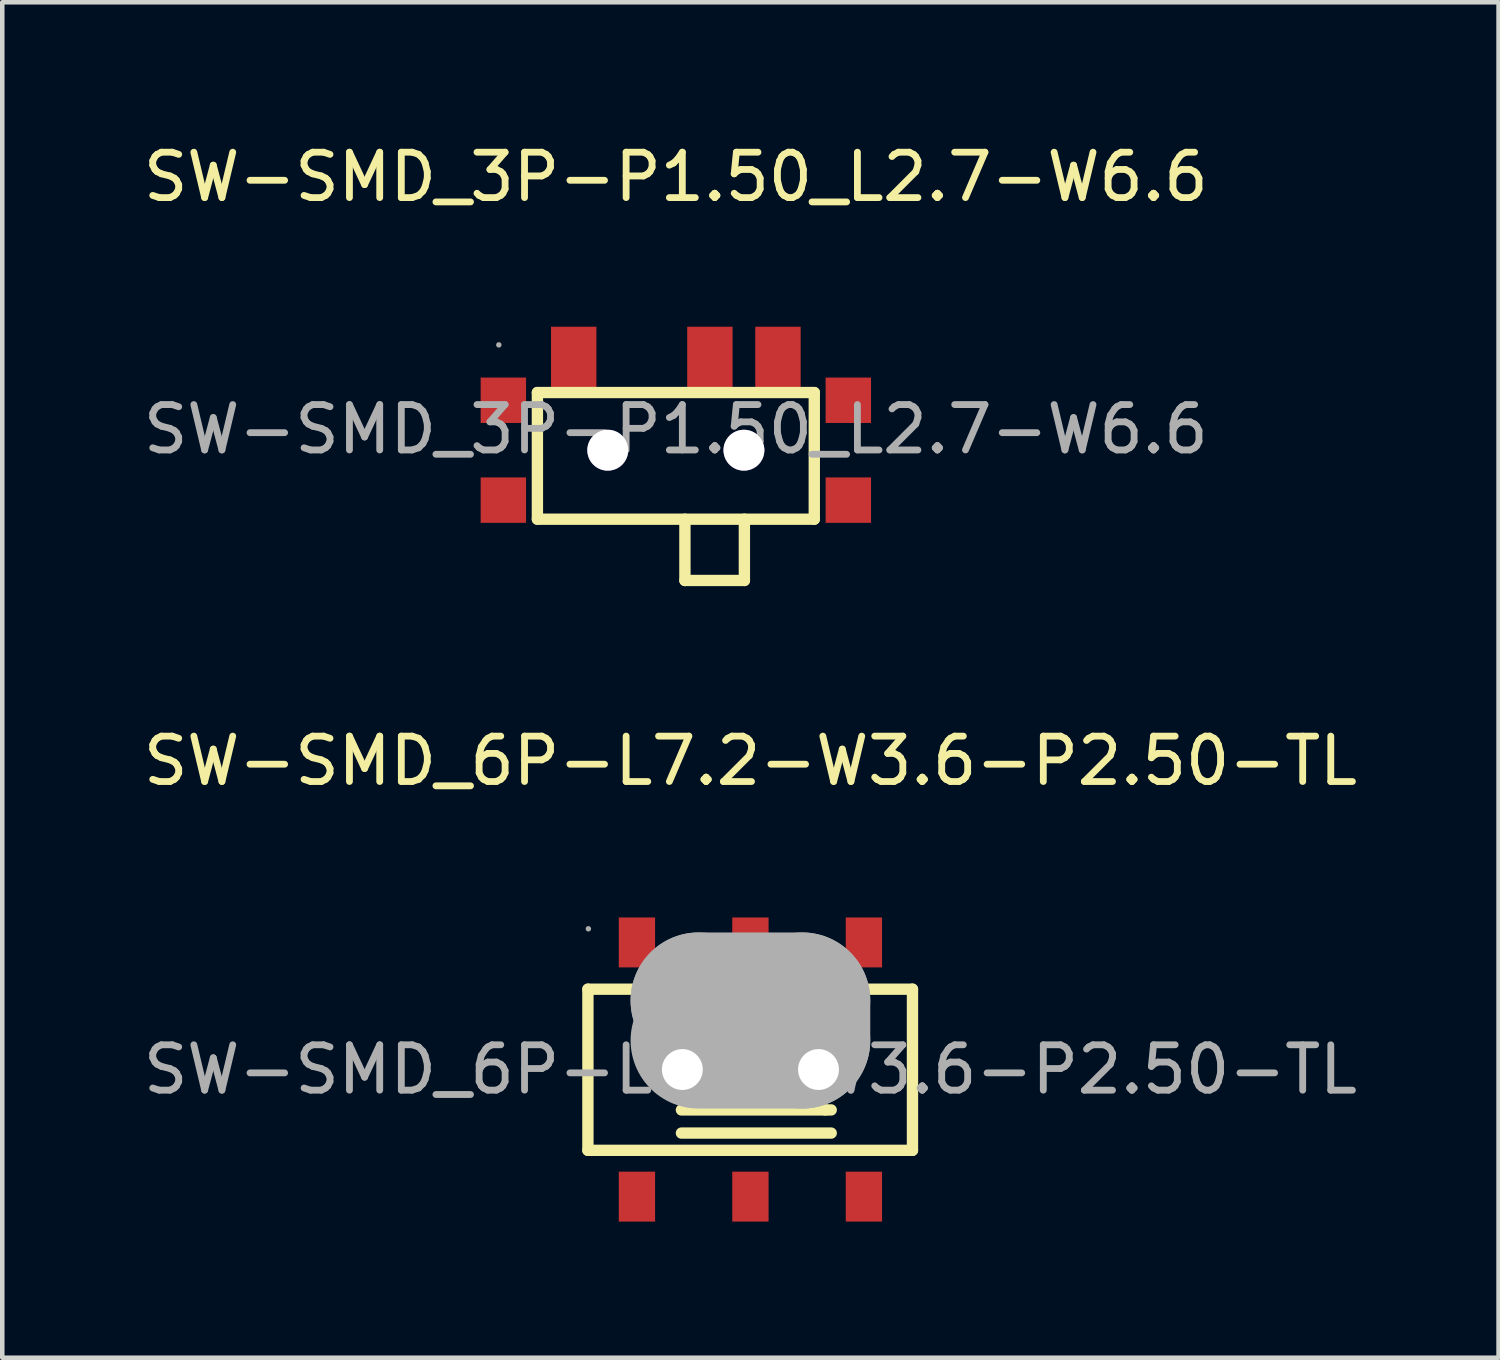
<source format=kicad_pcb>
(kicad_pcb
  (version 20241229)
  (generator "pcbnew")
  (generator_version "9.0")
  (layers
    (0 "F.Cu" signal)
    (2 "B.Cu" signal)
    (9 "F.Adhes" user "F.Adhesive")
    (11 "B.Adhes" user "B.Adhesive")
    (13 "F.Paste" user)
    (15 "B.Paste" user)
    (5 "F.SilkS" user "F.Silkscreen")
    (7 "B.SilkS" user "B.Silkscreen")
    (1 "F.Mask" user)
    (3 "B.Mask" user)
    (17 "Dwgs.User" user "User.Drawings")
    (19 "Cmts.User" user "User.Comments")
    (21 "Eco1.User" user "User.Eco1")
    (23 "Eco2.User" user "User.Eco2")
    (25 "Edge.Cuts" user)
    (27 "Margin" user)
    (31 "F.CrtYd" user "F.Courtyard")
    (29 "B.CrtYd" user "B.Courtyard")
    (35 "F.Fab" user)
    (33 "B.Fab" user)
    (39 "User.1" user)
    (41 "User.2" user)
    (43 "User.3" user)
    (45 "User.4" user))
  (footprint "SW-SMD_6P-L7.2-W3.6-P2.50-TL"
    (layer "F.Cu")
    (at 13.482 20.512)
    (property "Reference" "SW-SMD_6P-L7.2-W3.6-P2.50-TL" (at 0 -6.8 0) (layer "F.SilkS") (effects (font (size 1 1) (thickness 0.15))))
    (attr smd)
    (fp_line (start -3.58 -1.77) (end -3.58 1.78) (stroke (width 0.25) (type solid)) (layer "F.SilkS"))
    (fp_line (start -3.58 -1.77) (end 3.57 -1.77) (stroke (width 0.25) (type solid)) (layer "F.SilkS"))
    (fp_line (start -3.58 1.78) (end 3.57 1.78) (stroke (width 0.25) (type solid)) (layer "F.SilkS"))
    (fp_line (start 1.65 0.89) (end -1.52 0.89) (stroke (width 0.25) (type solid)) (layer "F.SilkS"))
    (fp_line (start 1.65 0.89) (end 1.78 0.89) (stroke (width 0.25) (type solid)) (layer "F.SilkS"))
    (fp_line (start 1.78 1.4) (end -1.52 1.4) (stroke (width 0.25) (type solid)) (layer "F.SilkS"))
    (fp_line (start 3.57 -1.77) (end 3.57 1.78) (stroke (width 0.25) (type solid)) (layer "F.SilkS"))
    (fp_circle (center -1.5 0) (end -1.31 0) (stroke (width 0.38) (type solid)) (fill no) (layer "Cmts.User"))
    (fp_circle (center 1.5 0) (end 1.69 0) (stroke (width 0.38) (type solid)) (fill no) (layer "Cmts.User"))
    (fp_line (start -1.14 -1.52) (end -1.14 -1.52) (stroke (width 3) (type solid)) (layer "F.Fab"))
    (fp_line (start -1.14 -1.52) (end 1.14 -1.52) (stroke (width 3) (type solid)) (layer "F.Fab"))
    (fp_line (start 1.14 -1.52) (end 1.14 -0.64) (stroke (width 3) (type solid)) (layer "F.Fab"))
    (fp_line (start 1.14 -0.64) (end -1.14 -0.64) (stroke (width 3) (type solid)) (layer "F.Fab"))
    (fp_circle (center -3.57 -3.1) (end -3.54 -3.1) (stroke (width 0.06) (type solid)) (fill no) (layer "F.Fab"))
    (fp_text user "${REFERENCE}" (at 0 0 0) (layer "F.Fab") (effects (font (size 1 1) (thickness 0.15))))
    (pad "" thru_hole circle (at -1.5 0) (size 0.9 0.9) (drill 0.9) (layers "*.Cu" "*.Mask"))
    (pad "" thru_hole circle (at 1.5 0) (size 0.9 0.9) (drill 0.9) (layers "*.Cu" "*.Mask"))
    (pad "1" smd rect (at -2.5 -2.8) (size 0.8 1.1) (layers "F.Cu" "F.Mask" "F.Paste"))
    (pad "2" smd rect (at 0 -2.8) (size 0.8 1.1) (layers "F.Cu" "F.Mask" "F.Paste"))
    (pad "3" smd rect (at 2.5 -2.8) (size 0.8 1.1) (layers "F.Cu" "F.Mask" "F.Paste"))
    (pad "4" smd rect (at -2.5 2.8) (size 0.8 1.1) (layers "F.Cu" "F.Mask" "F.Paste"))
    (pad "5" smd rect (at 0 2.8) (size 0.8 1.1) (layers "F.Cu" "F.Mask" "F.Paste"))
    (pad "6" smd rect (at 2.5 2.8) (size 0.8 1.1) (layers "F.Cu" "F.Mask" "F.Paste")))
  (footprint "SW-SMD_3P-P1.50_L2.7-W6.6"
    (layer "F.Cu")
    (at 11.839 6.408)
    (property "Reference" "SW-SMD_3P-P1.50_L2.7-W6.6" (at 0 -5.56 0) (layer "F.SilkS") (effects (font (size 1 1) (thickness 0.15))))
    (attr smd)
    (fp_line (start -3.05 -0.81) (end 3.05 -0.81) (stroke (width 0.25) (type solid)) (layer "F.SilkS"))
    (fp_line (start -3.05 1.98) (end -3.05 -0.81) (stroke (width 0.25) (type solid)) (layer "F.SilkS"))
    (fp_line (start -3.05 1.98) (end 3.05 1.98) (stroke (width 0.25) (type solid)) (layer "F.SilkS"))
    (fp_line (start 0.2 3.33) (end 0.2 1.98) (stroke (width 0.25) (type solid)) (layer "F.SilkS"))
    (fp_line (start 1.51 1.98) (end 1.51 3.33) (stroke (width 0.25) (type solid)) (layer "F.SilkS"))
    (fp_line (start 1.51 3.33) (end 0.2 3.33) (stroke (width 0.25) (type solid)) (layer "F.SilkS"))
    (fp_line (start 3.05 -0.81) (end 3.05 1.98) (stroke (width 0.25) (type solid)) (layer "F.SilkS"))
    (fp_circle (center -1.5 0.46) (end -1.31 0.46) (stroke (width 0.38) (type solid)) (fill no) (layer "Cmts.User"))
    (fp_circle (center 1.5 0.46) (end 1.69 0.46) (stroke (width 0.38) (type solid)) (fill no) (layer "Cmts.User"))
    (fp_circle (center -3.9 -1.86) (end -3.87 -1.86) (stroke (width 0.06) (type solid)) (fill no) (layer "F.Fab"))
    (fp_text user "${REFERENCE}" (at 0 0 0) (layer "F.Fab") (effects (font (size 1 1) (thickness 0.15))))
    (pad "" thru_hole circle (at -1.5 0.46) (size 0.9 0.9) (drill 0.9) (layers "*.Cu" "*.Mask"))
    (pad "" thru_hole circle (at 1.5 0.46) (size 0.9 0.9) (drill 0.9) (layers "*.Cu" "*.Mask"))
    (pad "0" smd rect (at -3.8 -0.64) (size 1 1) (layers "F.Cu" "F.Mask" "F.Paste"))
    (pad "0" smd rect (at -3.8 1.56) (size 1 1) (layers "F.Cu" "F.Mask" "F.Paste"))
    (pad "0" smd rect (at 3.8 -0.64) (size 1 1) (layers "F.Cu" "F.Mask" "F.Paste"))
    (pad "0" smd rect (at 3.8 1.56) (size 1 1) (layers "F.Cu" "F.Mask" "F.Paste"))
    (pad "1" smd rect (at -2.25 -1.56) (size 1 1.4) (layers "F.Cu" "F.Mask" "F.Paste"))
    (pad "2" smd rect (at 0.75 -1.56) (size 1 1.4) (layers "F.Cu" "F.Mask" "F.Paste"))
    (pad "3" smd rect (at 2.25 -1.56) (size 1 1.4) (layers "F.Cu" "F.Mask" "F.Paste")))
  (gr_rect
    (start -3 -3)
    (end 29.964 26.861)
    (stroke (width 0.1) (type default))
    (fill no)
    (layer "Edge.Cuts")))
</source>
